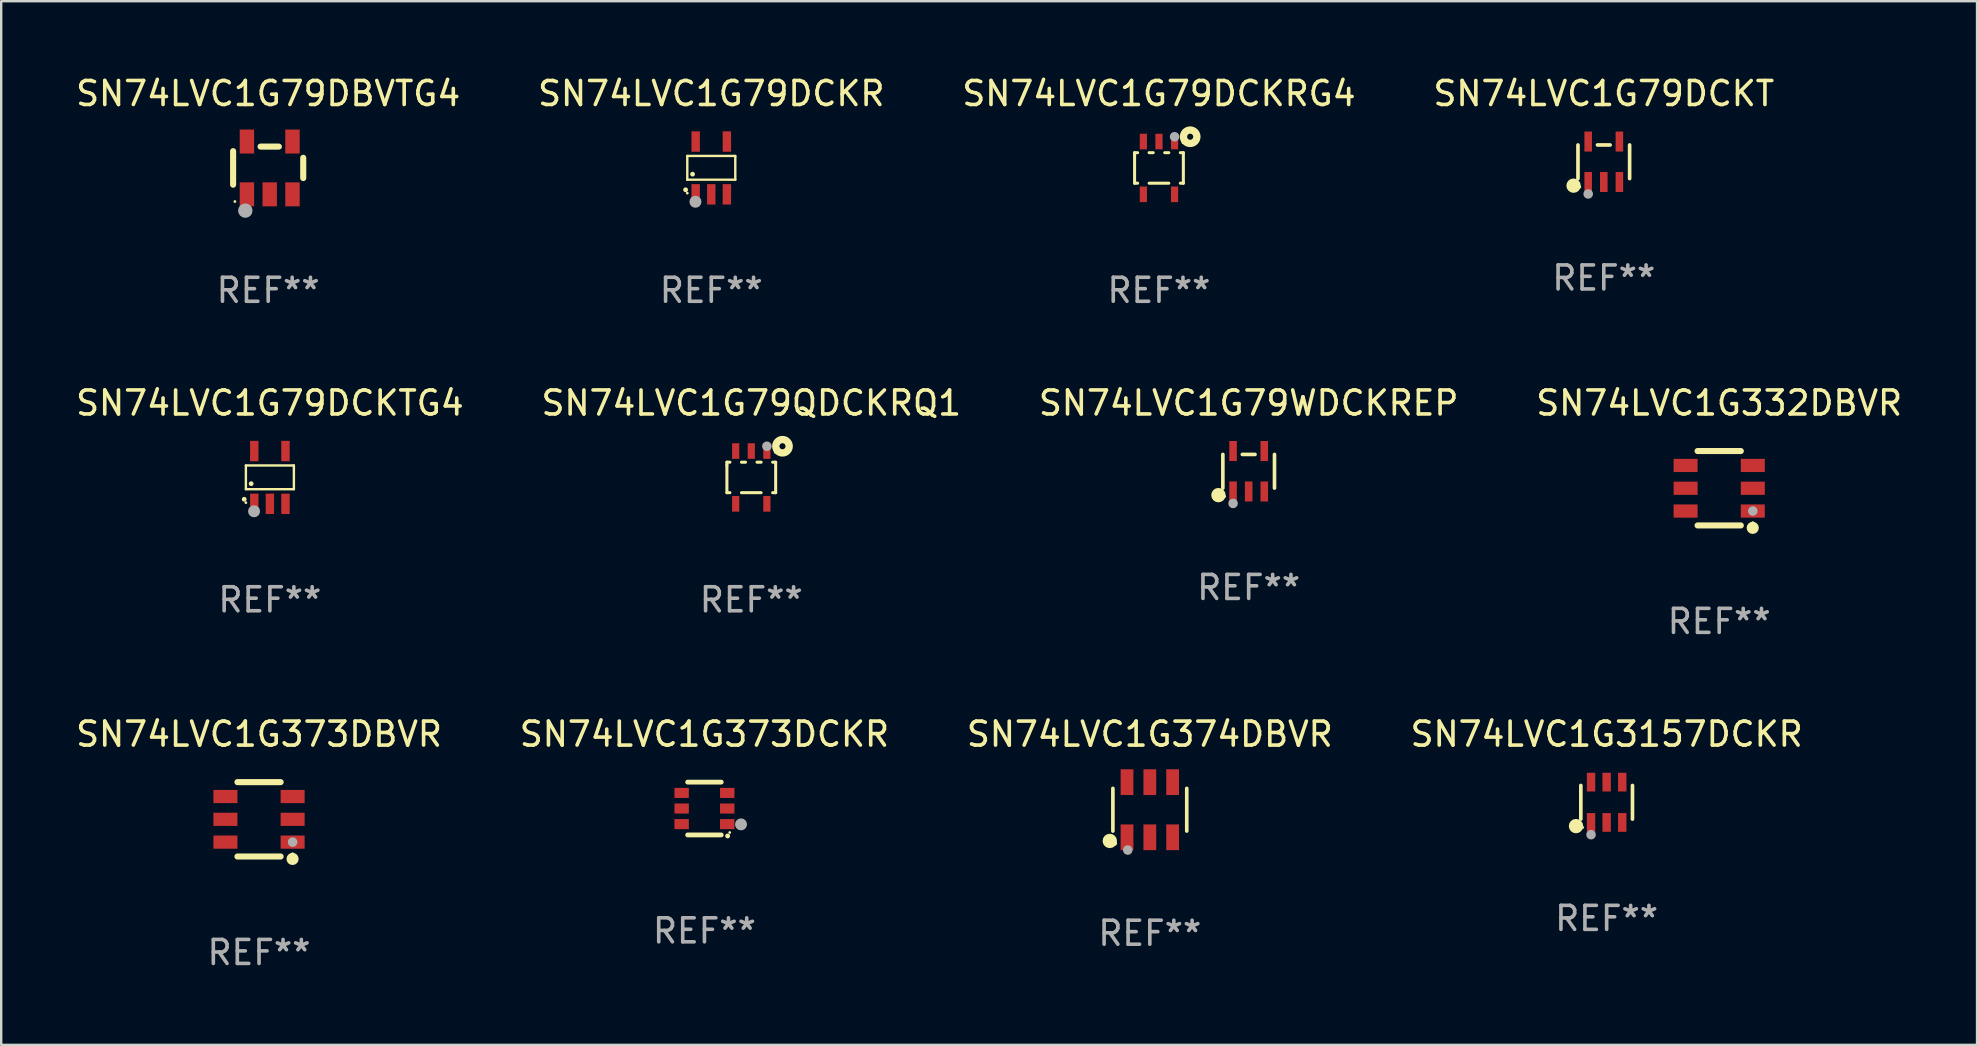
<source format=kicad_pcb>
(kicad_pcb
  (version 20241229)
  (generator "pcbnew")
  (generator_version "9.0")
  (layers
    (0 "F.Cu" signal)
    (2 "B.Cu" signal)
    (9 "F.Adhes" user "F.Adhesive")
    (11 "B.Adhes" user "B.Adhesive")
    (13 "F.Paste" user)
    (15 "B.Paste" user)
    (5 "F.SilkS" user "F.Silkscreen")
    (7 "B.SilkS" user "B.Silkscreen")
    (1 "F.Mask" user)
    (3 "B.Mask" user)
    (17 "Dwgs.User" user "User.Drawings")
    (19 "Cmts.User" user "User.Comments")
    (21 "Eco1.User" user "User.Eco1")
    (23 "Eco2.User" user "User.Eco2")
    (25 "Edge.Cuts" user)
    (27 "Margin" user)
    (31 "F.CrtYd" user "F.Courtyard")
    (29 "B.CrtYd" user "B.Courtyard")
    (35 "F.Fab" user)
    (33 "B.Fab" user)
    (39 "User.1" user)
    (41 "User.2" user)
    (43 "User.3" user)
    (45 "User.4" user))
  (footprint "SN74LVC1G79DCKRG4"
    (layer "F.Cu")
    (at 45.244 3.948)
    (property "Reference" "SN74LVC1G79DCKRG4" (at 0 -3.1 0) (layer "F.SilkS") (effects (font (size 1 1) (thickness 0.15))))
    (attr through_hole)
    (fp_line (start -1.016 -0.635) (end -1.016 -0.508) (stroke (width 0.127) (type solid)) (layer "F.SilkS"))
    (fp_line (start -1.016 -0.508) (end -1.016 0.635) (stroke (width 0.127) (type solid)) (layer "F.SilkS"))
    (fp_line (start -1.016 0.635) (end -0.89 0.635) (stroke (width 0.127) (type solid)) (layer "F.SilkS"))
    (fp_line (start -0.89 -0.635) (end -1.016 -0.635) (stroke (width 0.127) (type solid)) (layer "F.SilkS"))
    (fp_line (start -0.41 0.635) (end 0.41 0.635) (stroke (width 0.127) (type solid)) (layer "F.SilkS"))
    (fp_line (start -0.24 -0.635) (end -0.41 -0.635) (stroke (width 0.127) (type solid)) (layer "F.SilkS"))
    (fp_line (start 0.41 -0.635) (end 0.24 -0.635) (stroke (width 0.127) (type solid)) (layer "F.SilkS"))
    (fp_line (start 0.89 0.635) (end 1.016 0.635) (stroke (width 0.127) (type solid)) (layer "F.SilkS"))
    (fp_line (start 1.016 -0.635) (end 0.89 -0.635) (stroke (width 0.127) (type solid)) (layer "F.SilkS"))
    (fp_line (start 1.016 0.635) (end 1.016 -0.635) (stroke (width 0.127) (type solid)) (layer "F.SilkS"))
    (fp_circle (center 1 -1.05) (end 1.03 -1.05) (stroke (width 0.06) (type solid)) (fill no) (layer "F.SilkS"))
    (fp_circle (center 1.3 -1.3) (end 1.427 -1.3) (stroke (width 0.305) (type solid)) (fill no) (layer "F.SilkS"))
    (fp_circle (center 0.65 -1.3) (end 0.75 -1.3) (stroke (width 0.2) (type solid)) (fill no) (layer "F.Fab"))
    (fp_text user "REF**" (at 0 5.1 0) (layer "F.Fab") (effects (font (size 1 1) (thickness 0.15))))
    (pad "1" smd rect (at 0.65 -1.1 270) (size 0.65 0.3) (layers "F.Cu" "F.Mask" "F.Paste"))
    (pad "2" smd rect (at 0 -1.1 270) (size 0.65 0.3) (layers "F.Cu" "F.Mask" "F.Paste"))
    (pad "3" smd rect (at -0.65 -1.1 270) (size 0.65 0.3) (layers "F.Cu" "F.Mask" "F.Paste"))
    (pad "4" smd rect (at -0.65 1.1 90) (size 0.65 0.3) (layers "F.Cu" "F.Mask" "F.Paste"))
    (pad "5" smd rect (at 0.65 1.1 90) (size 0.65 0.3) (layers "F.Cu" "F.Mask" "F.Paste")))
  (footprint "SN74LVC1G79QDCKRQ1"
    (layer "F.Cu")
    (at 28.256 16.845)
    (property "Reference" "SN74LVC1G79QDCKRQ1" (at 0 -3.1 0) (layer "F.SilkS") (effects (font (size 1 1) (thickness 0.15))))
    (attr through_hole)
    (fp_line (start -1.016 -0.635) (end -1.016 -0.508) (stroke (width 0.127) (type solid)) (layer "F.SilkS"))
    (fp_line (start -1.016 -0.508) (end -1.016 0.635) (stroke (width 0.127) (type solid)) (layer "F.SilkS"))
    (fp_line (start -1.016 0.635) (end -0.89 0.635) (stroke (width 0.127) (type solid)) (layer "F.SilkS"))
    (fp_line (start -0.89 -0.635) (end -1.016 -0.635) (stroke (width 0.127) (type solid)) (layer "F.SilkS"))
    (fp_line (start -0.41 0.635) (end 0.41 0.635) (stroke (width 0.127) (type solid)) (layer "F.SilkS"))
    (fp_line (start -0.24 -0.635) (end -0.41 -0.635) (stroke (width 0.127) (type solid)) (layer "F.SilkS"))
    (fp_line (start 0.41 -0.635) (end 0.24 -0.635) (stroke (width 0.127) (type solid)) (layer "F.SilkS"))
    (fp_line (start 0.89 0.635) (end 1.016 0.635) (stroke (width 0.127) (type solid)) (layer "F.SilkS"))
    (fp_line (start 1.016 -0.635) (end 0.89 -0.635) (stroke (width 0.127) (type solid)) (layer "F.SilkS"))
    (fp_line (start 1.016 0.635) (end 1.016 -0.635) (stroke (width 0.127) (type solid)) (layer "F.SilkS"))
    (fp_circle (center 1 -1.05) (end 1.03 -1.05) (stroke (width 0.06) (type solid)) (fill no) (layer "F.SilkS"))
    (fp_circle (center 1.3 -1.3) (end 1.427 -1.3) (stroke (width 0.305) (type solid)) (fill no) (layer "F.SilkS"))
    (fp_circle (center 0.65 -1.3) (end 0.75 -1.3) (stroke (width 0.2) (type solid)) (fill no) (layer "F.Fab"))
    (fp_text user "REF**" (at 0 5.1 0) (layer "F.Fab") (effects (font (size 1 1) (thickness 0.15))))
    (pad "1" smd rect (at 0.65 -1.1 270) (size 0.65 0.3) (layers "F.Cu" "F.Mask" "F.Paste"))
    (pad "2" smd rect (at 0 -1.1 270) (size 0.65 0.3) (layers "F.Cu" "F.Mask" "F.Paste"))
    (pad "3" smd rect (at -0.65 -1.1 270) (size 0.65 0.3) (layers "F.Cu" "F.Mask" "F.Paste"))
    (pad "4" smd rect (at -0.65 1.1 90) (size 0.65 0.3) (layers "F.Cu" "F.Mask" "F.Paste"))
    (pad "5" smd rect (at 0.65 1.1 90) (size 0.65 0.3) (layers "F.Cu" "F.Mask" "F.Paste")))
  (footprint "SN74LVC1G374DBVR"
    (layer "F.Cu")
    (at 44.863 30.691)
    (property "Reference" "SN74LVC1G374DBVR" (at 0 -3.149 0) (layer "F.SilkS") (effects (font (size 1 1) (thickness 0.15))))
    (attr through_hole)
    (fp_line (start -1.539 0.889) (end -1.539 -0.889) (stroke (width 0.152) (type solid)) (layer "F.SilkS"))
    (fp_line (start 1.539 0.889) (end 1.539 -0.889) (stroke (width 0.152) (type solid)) (layer "F.SilkS"))
    (fp_circle (center -1.668 1.301) (end -1.518 1.301) (stroke (width 0.3) (type solid)) (fill no) (layer "F.SilkS"))
    (fp_circle (center -1.463 1.4) (end -1.413 1.4) (stroke (width 0.1) (type solid)) (fill no) (layer "F.SilkS"))
    (fp_circle (center -0.92 1.68) (end -0.82 1.68) (stroke (width 0.2) (type solid)) (fill no) (layer "F.Fab"))
    (fp_text user "REF**" (at 0 5.149 0) (layer "F.Fab") (effects (font (size 1 1) (thickness 0.15))))
    (pad "1" smd rect (at -0.95 1.149) (size 0.532 1.072) (layers "F.Cu" "F.Mask" "F.Paste"))
    (pad "2" smd rect (at 0 1.149) (size 0.532 1.072) (layers "F.Cu" "F.Mask" "F.Paste"))
    (pad "3" smd rect (at 0.95 1.149) (size 0.532 1.072) (layers "F.Cu" "F.Mask" "F.Paste"))
    (pad "4" smd rect (at 0.95 -1.149) (size 0.532 1.072) (layers "F.Cu" "F.Mask" "F.Paste"))
    (pad "5" smd rect (at 0 -1.149) (size 0.532 1.072) (layers "F.Cu" "F.Mask" "F.Paste"))
    (pad "6" smd rect (at -0.95 -1.149) (size 0.532 1.072) (layers "F.Cu" "F.Mask" "F.Paste")))
  (footprint "SN74LVC1G373DCKR"
    (layer "F.Cu")
    (at 26.304 30.641)
    (property "Reference" "SN74LVC1G373DCKR" (at 0 -3.1 0) (layer "F.SilkS") (effects (font (size 1 1) (thickness 0.15))))
    (attr through_hole)
    (fp_line (start -0.7 -1.1) (end 0.7 -1.1) (stroke (width 0.2) (type solid)) (layer "F.SilkS"))
    (fp_line (start -0.7 1.1) (end 0.7 1.1) (stroke (width 0.2) (type solid)) (layer "F.SilkS"))
    (fp_arc (start 0.965202 1.143002) (mid 0.966472 1.142996) (end 0.967742 1.143002) (stroke (width 0.2) (type solid)) (layer "F.SilkS"))
    (fp_circle (center 1.053 1) (end 1.083 1) (stroke (width 0.06) (type solid)) (fill no) (layer "F.SilkS"))
    (fp_circle (center 1.524 0.66) (end 1.649 0.66) (stroke (width 0.25) (type solid)) (fill no) (layer "F.Fab"))
    (fp_text user "REF**" (at 0 5.1 0) (layer "F.Fab") (effects (font (size 1 1) (thickness 0.15))))
    (pad "1" smd rect (at 0.95 0.65 90) (size 0.42 0.6) (layers "F.Cu" "F.Mask" "F.Paste"))
    (pad "2" smd rect (at 0.95 0 90) (size 0.42 0.6) (layers "F.Cu" "F.Mask" "F.Paste"))
    (pad "3" smd rect (at 0.95 -0.65 90) (size 0.42 0.6) (layers "F.Cu" "F.Mask" "F.Paste"))
    (pad "4" smd rect (at -0.95 -0.65 270) (size 0.42 0.6) (layers "F.Cu" "F.Mask" "F.Paste"))
    (pad "5" smd rect (at -0.95 0 270) (size 0.42 0.6) (layers "F.Cu" "F.Mask" "F.Paste"))
    (pad "6" smd rect (at -0.95 0.65 270) (size 0.42 0.6) (layers "F.Cu" "F.Mask" "F.Paste")))
  (footprint "SN74LVC1G79WDCKREP"
    (layer "F.Cu")
    (at 48.982 16.587)
    (property "Reference" "SN74LVC1G79WDCKREP" (at 0 -2.843 0) (layer "F.SilkS") (effects (font (size 1 1) (thickness 0.15))))
    (attr through_hole)
    (fp_line (start -1.076 0.701) (end -1.076 -0.701) (stroke (width 0.152) (type solid)) (layer "F.SilkS"))
    (fp_line (start 0.264 -0.701) (end -0.264 -0.701) (stroke (width 0.152) (type solid)) (layer "F.SilkS"))
    (fp_line (start 1.076 0.701) (end 1.076 -0.701) (stroke (width 0.152) (type solid)) (layer "F.SilkS"))
    (fp_circle (center -1.26 0.995) (end -1.11 0.995) (stroke (width 0.3) (type solid)) (fill no) (layer "F.SilkS"))
    (fp_circle (center -1 1.05) (end -0.97 1.05) (stroke (width 0.06) (type solid)) (fill no) (layer "F.SilkS"))
    (fp_circle (center -0.65 1.341) (end -0.55 1.341) (stroke (width 0.2) (type solid)) (fill no) (layer "F.Fab"))
    (fp_text user "REF**" (at 0 4.843 0) (layer "F.Fab") (effects (font (size 1 1) (thickness 0.15))))
    (pad "1" smd rect (at -0.65 0.843) (size 0.315 0.835) (layers "F.Cu" "F.Mask" "F.Paste"))
    (pad "2" smd rect (at 0.00014 0.843) (size 0.315 0.835) (layers "F.Cu" "F.Mask" "F.Paste"))
    (pad "3" smd rect (at 0.65 0.843) (size 0.315 0.835) (layers "F.Cu" "F.Mask" "F.Paste"))
    (pad "4" smd rect (at 0.65 -0.843) (size 0.315 0.835) (layers "F.Cu" "F.Mask" "F.Paste"))
    (pad "5" smd rect (at -0.65 -0.843) (size 0.315 0.835) (layers "F.Cu" "F.Mask" "F.Paste")))
  (footprint "SN74LVC1G373DBVR"
    (layer "F.Cu")
    (at 7.744 31.091)
    (property "Reference" "SN74LVC1G373DBVR" (at 0 -3.55 0) (layer "F.SilkS") (effects (font (size 1 1) (thickness 0.15))))
    (attr through_hole)
    (fp_line (start -0.9 -1.55) (end 0.9 -1.55) (stroke (width 0.254) (type solid)) (layer "F.SilkS"))
    (fp_line (start -0.9 1.55) (end 0.9 1.55) (stroke (width 0.254) (type solid)) (layer "F.SilkS"))
    (fp_circle (center 1.397 1.651) (end 1.524 1.651) (stroke (width 0.254) (type solid)) (fill no) (layer "F.SilkS"))
    (fp_circle (center 1.4 1.435) (end 1.43 1.435) (stroke (width 0.06) (type solid)) (fill no) (layer "F.SilkS"))
    (fp_circle (center 1.4 0.95) (end 1.5 0.95) (stroke (width 0.2) (type solid)) (fill no) (layer "F.Fab"))
    (fp_text user "REF**" (at 0 5.55 0) (layer "F.Fab") (effects (font (size 1 1) (thickness 0.15))))
    (pad "1" smd rect (at 1.4 0.95) (size 1 0.55) (layers "F.Cu" "F.Mask" "F.Paste"))
    (pad "2" smd rect (at 1.4 -0.000102) (size 1 0.55) (layers "F.Cu" "F.Mask" "F.Paste"))
    (pad "3" smd rect (at 1.4 -0.95) (size 1 0.55) (layers "F.Cu" "F.Mask" "F.Paste"))
    (pad "4" smd rect (at -1.4 -0.95) (size 1 0.55) (layers "F.Cu" "F.Mask" "F.Paste"))
    (pad "5" smd rect (at -1.4 -0.000102) (size 1 0.55) (layers "F.Cu" "F.Mask" "F.Paste"))
    (pad "6" smd rect (at -1.4 0.95) (size 1 0.55) (layers "F.Cu" "F.Mask" "F.Paste")))
  (footprint "SN74LVC1G79DCKT"
    (layer "F.Cu")
    (at 63.78 3.691)
    (property "Reference" "SN74LVC1G79DCKT" (at 0 -2.843 0) (layer "F.SilkS") (effects (font (size 1 1) (thickness 0.15))))
    (attr through_hole)
    (fp_line (start -1.076 0.701) (end -1.076 -0.701) (stroke (width 0.152) (type solid)) (layer "F.SilkS"))
    (fp_line (start 0.264 -0.701) (end -0.264 -0.701) (stroke (width 0.152) (type solid)) (layer "F.SilkS"))
    (fp_line (start 1.076 0.701) (end 1.076 -0.701) (stroke (width 0.152) (type solid)) (layer "F.SilkS"))
    (fp_circle (center -1.26 0.995) (end -1.11 0.995) (stroke (width 0.3) (type solid)) (fill no) (layer "F.SilkS"))
    (fp_circle (center -1 1.05) (end -0.97 1.05) (stroke (width 0.06) (type solid)) (fill no) (layer "F.SilkS"))
    (fp_circle (center -0.65 1.341) (end -0.55 1.341) (stroke (width 0.2) (type solid)) (fill no) (layer "F.Fab"))
    (fp_text user "REF**" (at 0 4.843 0) (layer "F.Fab") (effects (font (size 1 1) (thickness 0.15))))
    (pad "1" smd rect (at -0.65 0.843) (size 0.315 0.835) (layers "F.Cu" "F.Mask" "F.Paste"))
    (pad "2" smd rect (at 0.00014 0.843) (size 0.315 0.835) (layers "F.Cu" "F.Mask" "F.Paste"))
    (pad "3" smd rect (at 0.65 0.843) (size 0.315 0.835) (layers "F.Cu" "F.Mask" "F.Paste"))
    (pad "4" smd rect (at 0.65 -0.843) (size 0.315 0.835) (layers "F.Cu" "F.Mask" "F.Paste"))
    (pad "5" smd rect (at -0.65 -0.843) (size 0.315 0.835) (layers "F.Cu" "F.Mask" "F.Paste")))
  (footprint "SN74LVC1G79DCKR"
    (layer "F.Cu")
    (at 26.589 3.948)
    (property "Reference" "SN74LVC1G79DCKR" (at 0 -3.1 0) (layer "F.SilkS") (effects (font (size 1 1) (thickness 0.15))))
    (attr through_hole)
    (fp_line (start -1 -0.5) (end -1 0.49) (stroke (width 0.1) (type solid)) (layer "F.SilkS"))
    (fp_line (start -1 0.49) (end 1 0.49) (stroke (width 0.1) (type solid)) (layer "F.SilkS"))
    (fp_line (start 0.99 -0.5) (end -1 -0.5) (stroke (width 0.1) (type solid)) (layer "F.SilkS"))
    (fp_line (start 1 -0.49) (end 0.99 -0.5) (stroke (width 0.1) (type solid)) (layer "F.SilkS"))
    (fp_line (start 1 0.49) (end 1 -0.49) (stroke (width 0.1) (type solid)) (layer "F.SilkS"))
    (fp_circle (center -1.07 0.91) (end -1.02 0.91) (stroke (width 0.1) (type solid)) (fill no) (layer "F.SilkS"))
    (fp_circle (center -1 1.05) (end -0.97 1.05) (stroke (width 0.06) (type solid)) (fill no) (layer "F.SilkS"))
    (fp_circle (center -0.78 0.26) (end -0.73 0.26) (stroke (width 0.1) (type solid)) (fill no) (layer "F.SilkS"))
    (fp_circle (center -0.66 1.41) (end -0.535 1.41) (stroke (width 0.25) (type solid)) (fill no) (layer "F.Fab"))
    (fp_text user "REF**" (at 0 5.1 0) (layer "F.Fab") (effects (font (size 1 1) (thickness 0.15))))
    (pad "1" smd rect (at -0.65 1.1) (size 0.35 0.85) (layers "F.Cu" "F.Mask" "F.Paste"))
    (pad "2" smd rect (at 0.000051 1.1) (size 0.35 0.85) (layers "F.Cu" "F.Mask" "F.Paste"))
    (pad "3" smd rect (at 0.65 1.1) (size 0.35 0.85) (layers "F.Cu" "F.Mask" "F.Paste"))
    (pad "4" smd rect (at 0.65 -1.1) (size 0.35 0.85) (layers "F.Cu" "F.Mask" "F.Paste"))
    (pad "5" smd rect (at -0.65 -1.1) (size 0.35 0.85) (layers "F.Cu" "F.Mask" "F.Paste")))
  (footprint "SN74LVC1G332DBVR"
    (layer "F.Cu")
    (at 68.589 17.295)
    (property "Reference" "SN74LVC1G332DBVR" (at 0 -3.55 0) (layer "F.SilkS") (effects (font (size 1 1) (thickness 0.15))))
    (attr through_hole)
    (fp_line (start -0.9 -1.55) (end 0.9 -1.55) (stroke (width 0.254) (type solid)) (layer "F.SilkS"))
    (fp_line (start -0.9 1.55) (end 0.9 1.55) (stroke (width 0.254) (type solid)) (layer "F.SilkS"))
    (fp_circle (center 1.397 1.651) (end 1.524 1.651) (stroke (width 0.254) (type solid)) (fill no) (layer "F.SilkS"))
    (fp_circle (center 1.4 1.435) (end 1.43 1.435) (stroke (width 0.06) (type solid)) (fill no) (layer "F.SilkS"))
    (fp_circle (center 1.4 0.95) (end 1.5 0.95) (stroke (width 0.2) (type solid)) (fill no) (layer "F.Fab"))
    (fp_text user "REF**" (at 0 5.55 0) (layer "F.Fab") (effects (font (size 1 1) (thickness 0.15))))
    (pad "1" smd rect (at 1.4 0.95) (size 1 0.55) (layers "F.Cu" "F.Mask" "F.Paste"))
    (pad "2" smd rect (at 1.4 -0.000102) (size 1 0.55) (layers "F.Cu" "F.Mask" "F.Paste"))
    (pad "3" smd rect (at 1.4 -0.95) (size 1 0.55) (layers "F.Cu" "F.Mask" "F.Paste"))
    (pad "4" smd rect (at -1.4 -0.95) (size 1 0.55) (layers "F.Cu" "F.Mask" "F.Paste"))
    (pad "5" smd rect (at -1.4 -0.000102) (size 1 0.55) (layers "F.Cu" "F.Mask" "F.Paste"))
    (pad "6" smd rect (at -1.4 0.95) (size 1 0.55) (layers "F.Cu" "F.Mask" "F.Paste")))
  (footprint "SN74LVC1G3157DCKR"
    (layer "F.Cu")
    (at 63.899 30.381)
    (property "Reference" "SN74LVC1G3157DCKR" (at 0 -2.84 0) (layer "F.SilkS") (effects (font (size 1 1) (thickness 0.15))))
    (attr through_hole)
    (fp_line (start -1.076 0.701) (end -1.076 -0.701) (stroke (width 0.152) (type solid)) (layer "F.SilkS"))
    (fp_line (start 1.076 0.701) (end 1.076 -0.701) (stroke (width 0.152) (type solid)) (layer "F.SilkS"))
    (fp_circle (center -1.277 0.992) (end -1.127 0.992) (stroke (width 0.3) (type solid)) (fill no) (layer "F.SilkS"))
    (fp_circle (center -1 1.05) (end -0.97 1.05) (stroke (width 0.06) (type solid)) (fill no) (layer "F.SilkS"))
    (fp_circle (center -0.65 1.35) (end -0.55 1.35) (stroke (width 0.2) (type solid)) (fill no) (layer "F.Fab"))
    (fp_text user "REF**" (at 0 4.84 0) (layer "F.Fab") (effects (font (size 1 1) (thickness 0.15))))
    (pad "1" smd rect (at -0.65 0.84) (size 0.35 0.78) (layers "F.Cu" "F.Mask" "F.Paste"))
    (pad "2" smd rect (at 0 0.84) (size 0.35 0.78) (layers "F.Cu" "F.Mask" "F.Paste"))
    (pad "3" smd rect (at 0.65 0.84) (size 0.35 0.78) (layers "F.Cu" "F.Mask" "F.Paste"))
    (pad "4" smd rect (at 0.65 -0.84) (size 0.35 0.78) (layers "F.Cu" "F.Mask" "F.Paste"))
    (pad "5" smd rect (at 0 -0.84) (size 0.35 0.78) (layers "F.Cu" "F.Mask" "F.Paste"))
    (pad "6" smd rect (at -0.65 -0.84) (size 0.35 0.78) (layers "F.Cu" "F.Mask" "F.Paste")))
  (footprint "SN74LVC1G79DBVTG4"
    (layer "F.Cu")
    (at 8.125 3.948)
    (property "Reference" "SN74LVC1G79DBVTG4" (at 0 -3.1 0) (layer "F.SilkS") (effects (font (size 1 1) (thickness 0.15))))
    (attr through_hole)
    (fp_line (start -1.461 -0.699) (end -1.461 0.699) (stroke (width 0.254) (type solid)) (layer "F.SilkS"))
    (fp_line (start -0.318 -0.889) (end 0.445 -0.889) (stroke (width 0.254) (type solid)) (layer "F.SilkS"))
    (fp_line (start 1.461 -0.422) (end 1.461 0.422) (stroke (width 0.254) (type solid)) (layer "F.SilkS"))
    (fp_circle (center -1.387 1.4) (end -1.357 1.4) (stroke (width 0.06) (type solid)) (fill no) (layer "F.SilkS"))
    (fp_circle (center -0.953 1.778) (end -0.802 1.778) (stroke (width 0.3) (type solid)) (fill no) (layer "F.Fab"))
    (fp_text user "REF**" (at 0 5.1 0) (layer "F.Fab") (effects (font (size 1 1) (thickness 0.15))))
    (pad "1" smd rect (at -0.886 1.1) (size 0.6 1) (layers "F.Cu" "F.Mask" "F.Paste"))
    (pad "2" smd rect (at 0.064 1.1) (size 0.6 1) (layers "F.Cu" "F.Mask" "F.Paste"))
    (pad "3" smd rect (at 1.013 1.1) (size 0.6 1) (layers "F.Cu" "F.Mask" "F.Paste"))
    (pad "4" smd rect (at 1.013 -1.1) (size 0.6 1) (layers "F.Cu" "F.Mask" "F.Paste"))
    (pad "5" smd rect (at -0.886 -1.1) (size 0.6 1) (layers "F.Cu" "F.Mask" "F.Paste")))
  (footprint "SN74LVC1G79DCKTG4"
    (layer "F.Cu")
    (at 8.196 16.845)
    (property "Reference" "SN74LVC1G79DCKTG4" (at 0 -3.1 0) (layer "F.SilkS") (effects (font (size 1 1) (thickness 0.15))))
    (attr through_hole)
    (fp_line (start -1 -0.5) (end -1 0.49) (stroke (width 0.1) (type solid)) (layer "F.SilkS"))
    (fp_line (start -1 0.49) (end 1 0.49) (stroke (width 0.1) (type solid)) (layer "F.SilkS"))
    (fp_line (start 0.99 -0.5) (end -1 -0.5) (stroke (width 0.1) (type solid)) (layer "F.SilkS"))
    (fp_line (start 1 -0.49) (end 0.99 -0.5) (stroke (width 0.1) (type solid)) (layer "F.SilkS"))
    (fp_line (start 1 0.49) (end 1 -0.49) (stroke (width 0.1) (type solid)) (layer "F.SilkS"))
    (fp_circle (center -1.07 0.91) (end -1.02 0.91) (stroke (width 0.1) (type solid)) (fill no) (layer "F.SilkS"))
    (fp_circle (center -1 1.05) (end -0.97 1.05) (stroke (width 0.06) (type solid)) (fill no) (layer "F.SilkS"))
    (fp_circle (center -0.78 0.26) (end -0.73 0.26) (stroke (width 0.1) (type solid)) (fill no) (layer "F.SilkS"))
    (fp_circle (center -0.66 1.41) (end -0.535 1.41) (stroke (width 0.25) (type solid)) (fill no) (layer "F.Fab"))
    (fp_text user "REF**" (at 0 5.1 0) (layer "F.Fab") (effects (font (size 1 1) (thickness 0.15))))
    (pad "1" smd rect (at -0.65 1.1) (size 0.35 0.85) (layers "F.Cu" "F.Mask" "F.Paste"))
    (pad "2" smd rect (at 0.000051 1.1) (size 0.35 0.85) (layers "F.Cu" "F.Mask" "F.Paste"))
    (pad "3" smd rect (at 0.65 1.1) (size 0.35 0.85) (layers "F.Cu" "F.Mask" "F.Paste"))
    (pad "4" smd rect (at 0.65 -1.1) (size 0.35 0.85) (layers "F.Cu" "F.Mask" "F.Paste"))
    (pad "5" smd rect (at -0.65 -1.1) (size 0.35 0.85) (layers "F.Cu" "F.Mask" "F.Paste")))
  (gr_rect
    (start -3 -3)
    (end 79.333 40.49)
    (stroke (width 0.1) (type default))
    (fill no)
    (layer "Edge.Cuts")))
</source>
